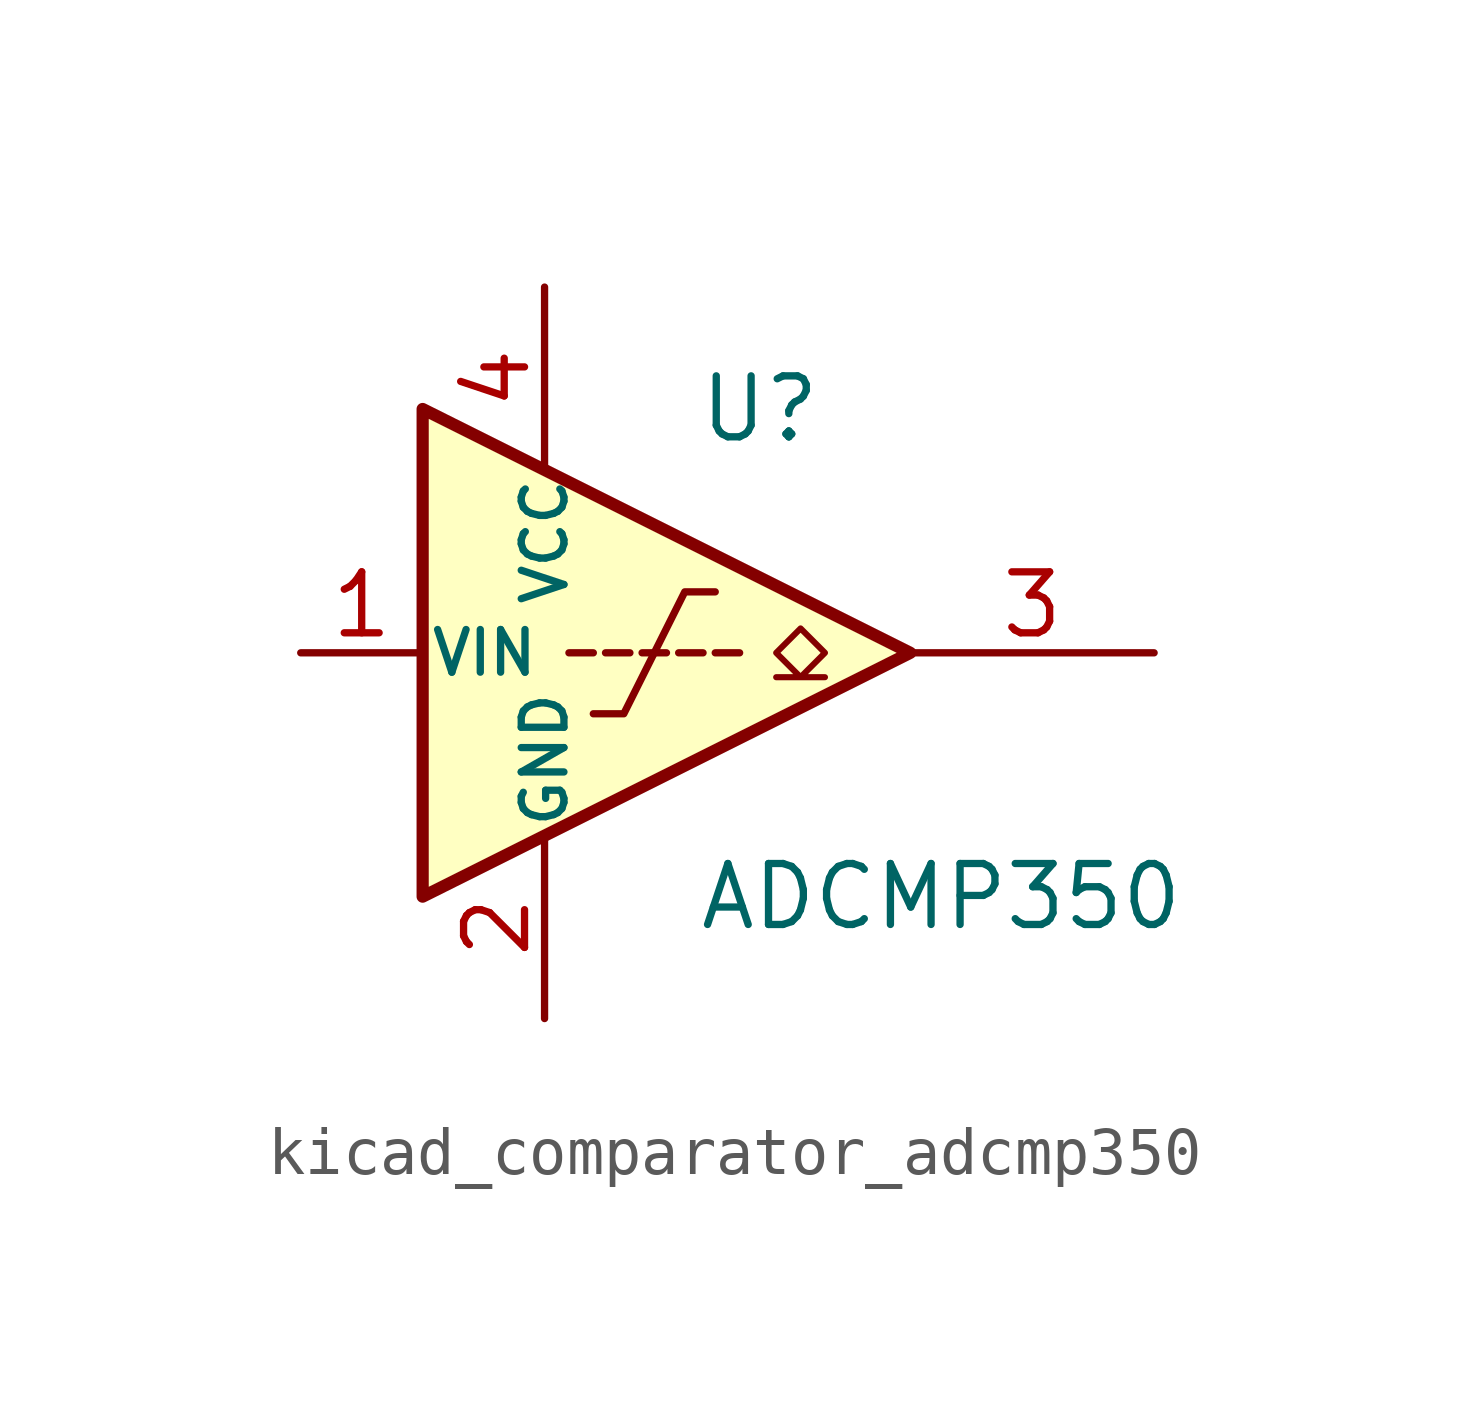
<source format=kicad_sym>
(kicad_symbol_lib
  (version 20220914)
  (generator kicad_symbol_editor)
  (symbol "kicad_comparator_adcmp350"
    (pin_names
      (offset 0.127))
    (property "Reference" "U"
      (at 3.175 5.08 0)
      (effects (font (size 1.27 1.27)) (justify left)))
    (property "Value" "ADCMP350"
      (at 3.175 -5.08 0)
      (effects (font (size 1.27 1.27)) (justify left)))
    (symbol "kicad_comparator_adcmp350_0_1"
      (polyline (pts (xy 1.016 0) (xy 0.508 0)) (stroke (width 0) (type default)) (fill (type none)))
      (polyline (pts (xy 1.778 0) (xy 1.27 0)) (stroke (width 0) (type default)) (fill (type none)))
      (polyline (pts (xy 2.032 0) (xy 2.54 0)) (stroke (width 0) (type default)) (fill (type none)))
      (polyline (pts (xy 2.794 0) (xy 3.302 0)) (stroke (width 0) (type default)) (fill (type none)))
      (polyline (pts (xy 3.556 0) (xy 4.064 0)) (stroke (width 0) (type default)) (fill (type none)))
      (polyline (pts (xy -2.54 5.08) (xy 7.62 0) (xy -2.54 -5.08) (xy -2.54 5.08)) (stroke (width 0.254) (type default)) (fill (type background)))
      (polyline (pts (xy 1.016 -1.27) (xy 1.651 -1.27) (xy 2.921 1.27) (xy 3.556 1.27)) (stroke (width 0) (type default)) (fill (type none)))
      (polyline (pts (xy 4.826 -0.508) (xy 5.334 -0.508) (xy 4.826 0) (xy 5.334 0.508) (xy 5.842 0) (xy 5.334 -0.508) (xy 5.842 -0.508)) (stroke (width 0.127) (type default)) (fill (type none))))
    (symbol "kicad_comparator_adcmp350_1_1"
      (pin input line (at -5.08 0 0) (length 2.54) (name "VIN" (effects (font (size 0.889 0.889)))) (number "1" (effects (font (size 1.27 1.27)))))
      (pin power_in line (at 0 -7.62 90) (length 3.81) (name "GND" (effects (font (size 0.889 0.889)))) (number "2" (effects (font (size 1.27 1.27)))))
      (pin open_collector line (at 12.7 0 180) (length 5.08) (name "~" (effects (font (size 1.27 1.27)))) (number "3" (effects (font (size 1.27 1.27)))))
      (pin power_in line (at 0 7.62 270) (length 3.81) (name "VCC" (effects (font (size 0.889 0.889)))) (number "4" (effects (font (size 1.27 1.27))))))))
</source>
